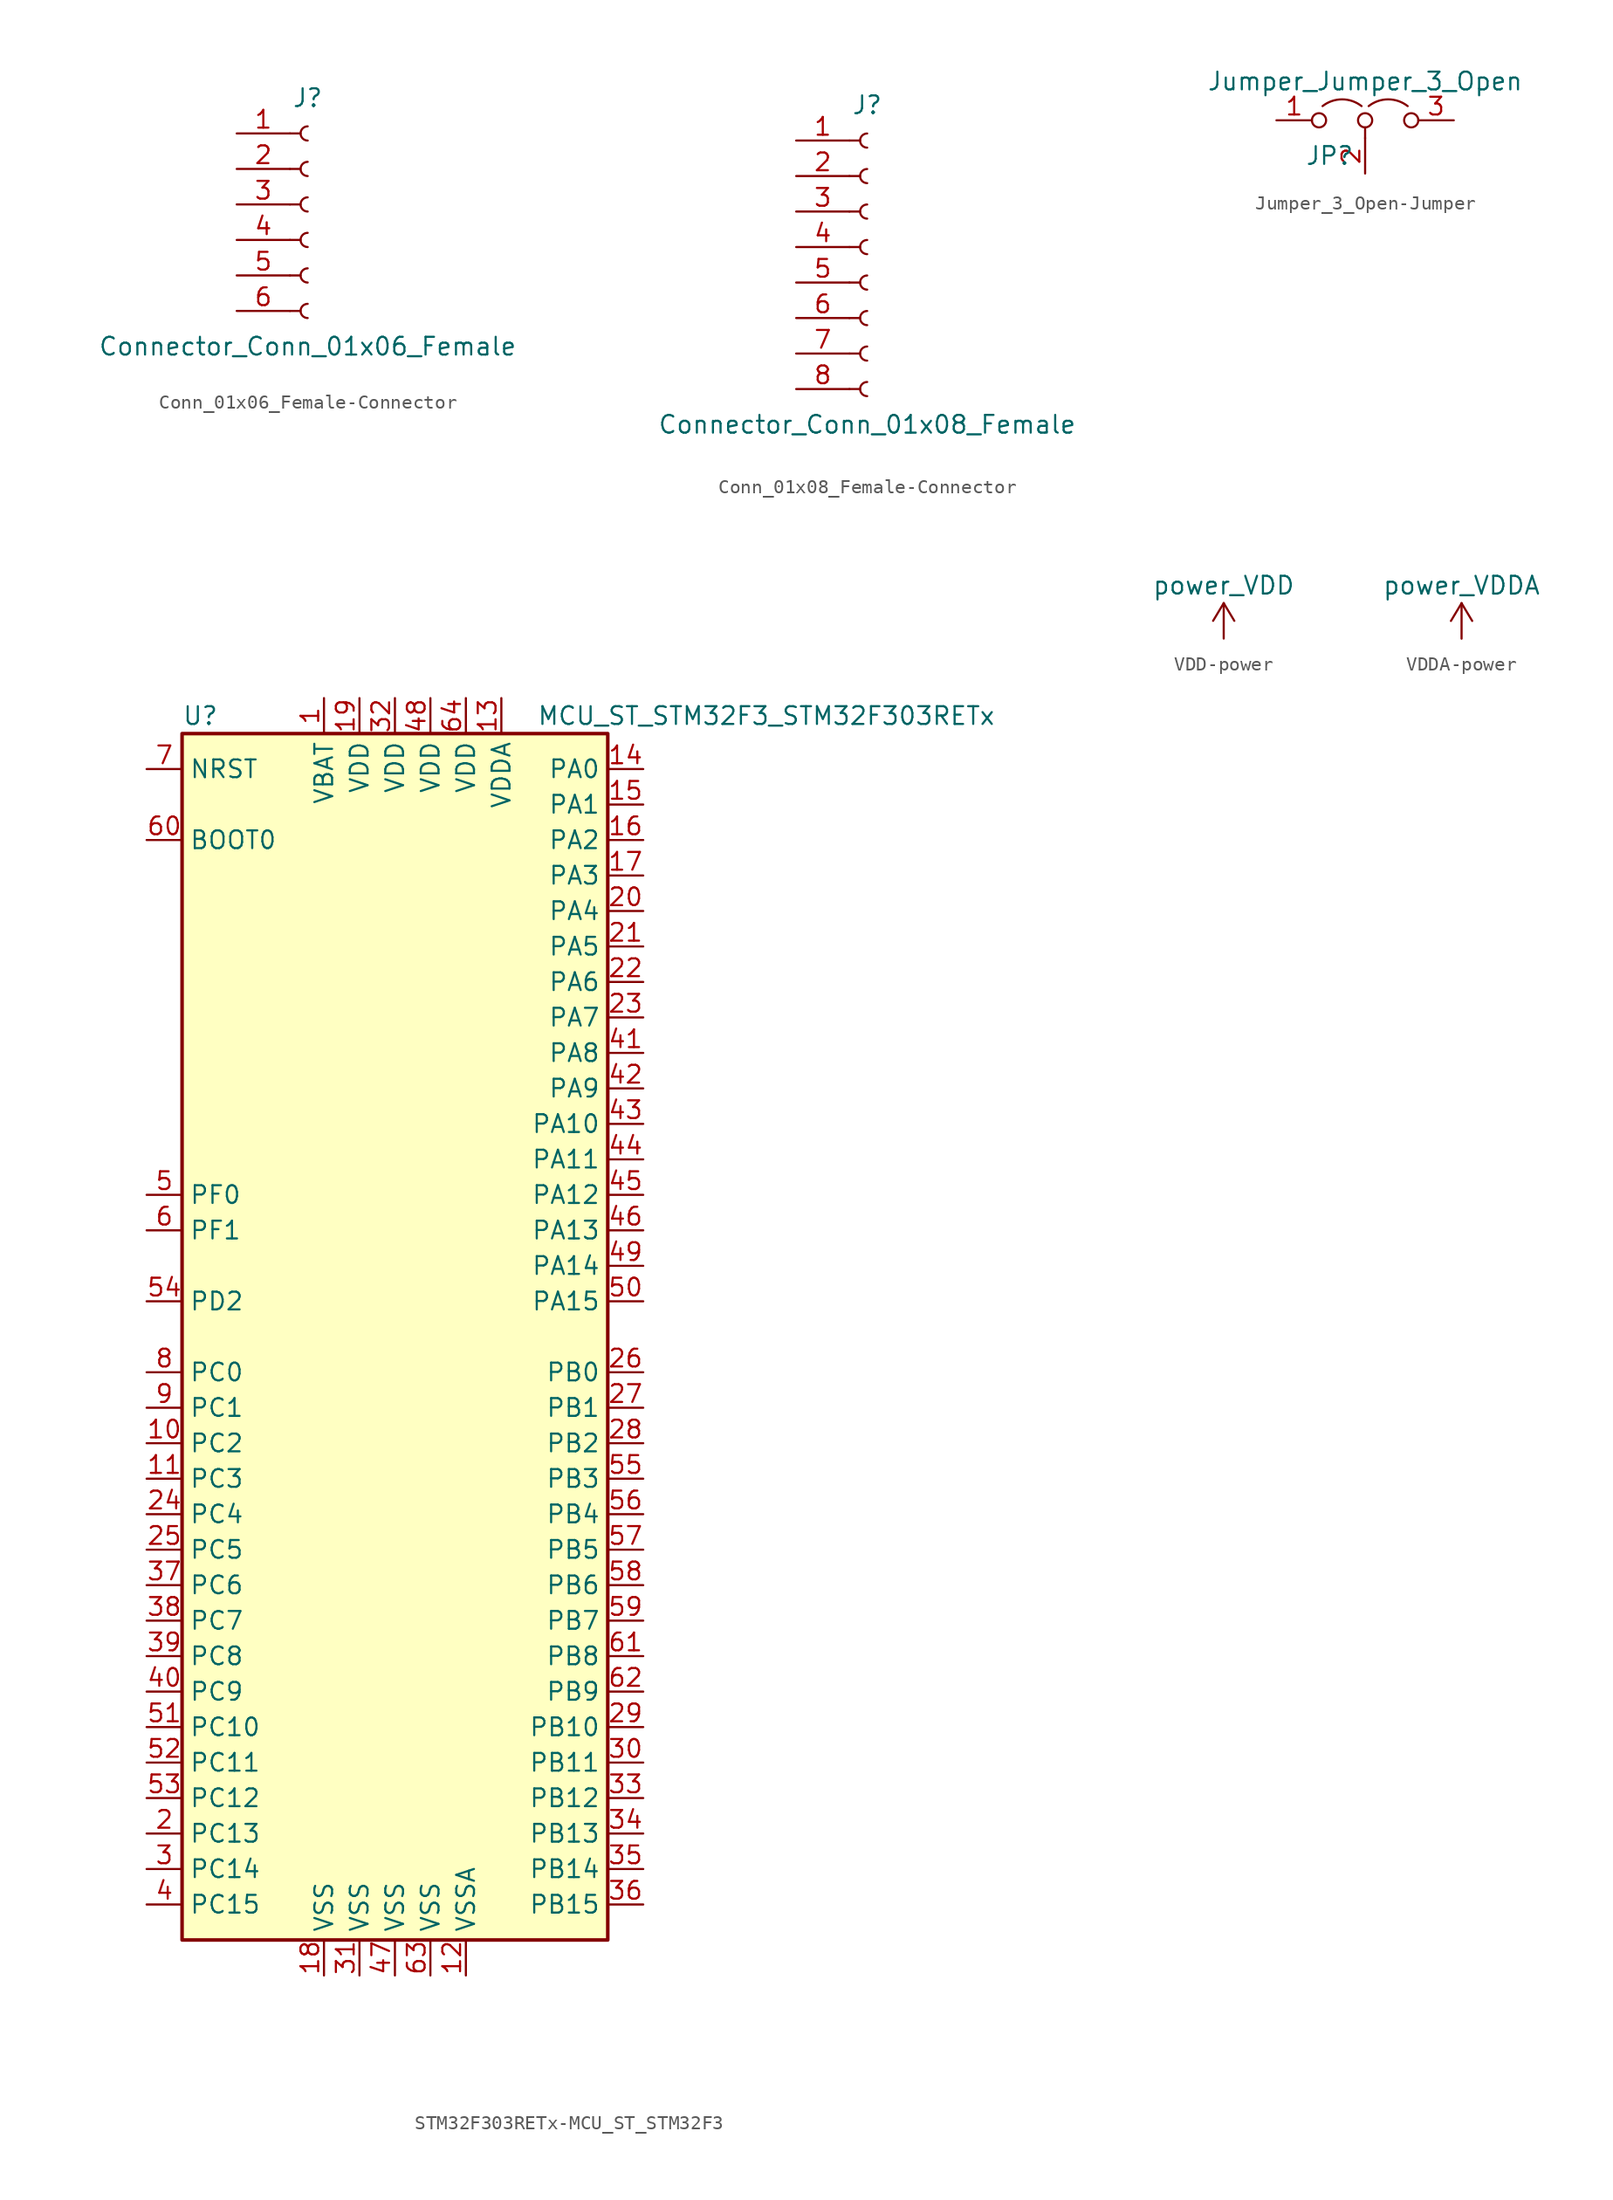
<source format=kicad_sym>
(kicad_symbol_lib
  (version 20231120)
  (generator "kicad_symbol_editor")
  (generator_version "8.0")
  (symbol "Conn_01x06_Female-Connector"
    (pin_names
      (offset 1.016) hide)
    (property "Reference" "J"
      (at 0 7.62 0)
      (effects (font (size 1.27 1.27))))
    (property "Value" "Connector_Conn_01x06_Female"
      (at 0 -10.16 0)
      (effects (font (size 1.27 1.27))))
    (symbol "Conn_01x06_Female-Connector_1_1"
      (arc (start 0 -7.112) (mid -0.508 -7.62) (end 0 -8.128) (stroke (width 0.1524) (type solid)) (fill (type none)))
      (arc (start 0 -4.572) (mid -0.508 -5.08) (end 0 -5.588) (stroke (width 0.1524) (type solid)) (fill (type none)))
      (arc (start 0 -2.032) (mid -0.508 -2.54) (end 0 -3.048) (stroke (width 0.1524) (type solid)) (fill (type none)))
      (polyline (pts (xy -1.27 -7.62) (xy -0.508 -7.62)) (stroke (width 0.152) (type solid)) (fill (type none)))
      (polyline (pts (xy -1.27 -5.08) (xy -0.508 -5.08)) (stroke (width 0.152) (type solid)) (fill (type none)))
      (polyline (pts (xy -1.27 -2.54) (xy -0.508 -2.54)) (stroke (width 0.152) (type solid)) (fill (type none)))
      (polyline (pts (xy -1.27 0) (xy -0.508 0)) (stroke (width 0.152) (type solid)) (fill (type none)))
      (polyline (pts (xy -1.27 2.54) (xy -0.508 2.54)) (stroke (width 0.152) (type solid)) (fill (type none)))
      (polyline (pts (xy -1.27 5.08) (xy -0.508 5.08)) (stroke (width 0.152) (type solid)) (fill (type none)))
      (arc (start 0 0.508) (mid -0.508 0) (end 0 -0.508) (stroke (width 0.1524) (type solid)) (fill (type none)))
      (arc (start 0 3.048) (mid -0.508 2.54) (end 0 2.032) (stroke (width 0.1524) (type solid)) (fill (type none)))
      (arc (start 0 5.588) (mid -0.508 5.08) (end 0 4.572) (stroke (width 0.1524) (type solid)) (fill (type none)))
      (pin passive line (at -5.08 5.08 0) (length 3.81) (name "Pin_1" (effects (font (size 1.27 1.27)))) (number "1" (effects (font (size 1.27 1.27)))))
      (pin passive line (at -5.08 2.54 0) (length 3.81) (name "Pin_2" (effects (font (size 1.27 1.27)))) (number "2" (effects (font (size 1.27 1.27)))))
      (pin passive line (at -5.08 0 0) (length 3.81) (name "Pin_3" (effects (font (size 1.27 1.27)))) (number "3" (effects (font (size 1.27 1.27)))))
      (pin passive line (at -5.08 -2.54 0) (length 3.81) (name "Pin_4" (effects (font (size 1.27 1.27)))) (number "4" (effects (font (size 1.27 1.27)))))
      (pin passive line (at -5.08 -5.08 0) (length 3.81) (name "Pin_5" (effects (font (size 1.27 1.27)))) (number "5" (effects (font (size 1.27 1.27)))))
      (pin passive line (at -5.08 -7.62 0) (length 3.81) (name "Pin_6" (effects (font (size 1.27 1.27)))) (number "6" (effects (font (size 1.27 1.27)))))))
  (symbol "Conn_01x08_Female-Connector"
    (pin_names
      (offset 1.016) hide)
    (property "Reference" "J"
      (at 0 10.16 0)
      (effects (font (size 1.27 1.27))))
    (property "Value" "Connector_Conn_01x08_Female"
      (at 0 -12.7 0)
      (effects (font (size 1.27 1.27))))
    (symbol "Conn_01x08_Female-Connector_1_1"
      (arc (start 0 -9.652) (mid -0.508 -10.16) (end 0 -10.668) (stroke (width 0.1524) (type solid)) (fill (type none)))
      (arc (start 0 -7.112) (mid -0.508 -7.62) (end 0 -8.128) (stroke (width 0.1524) (type solid)) (fill (type none)))
      (arc (start 0 -4.572) (mid -0.508 -5.08) (end 0 -5.588) (stroke (width 0.1524) (type solid)) (fill (type none)))
      (arc (start 0 -2.032) (mid -0.508 -2.54) (end 0 -3.048) (stroke (width 0.1524) (type solid)) (fill (type none)))
      (polyline (pts (xy -1.27 -10.16) (xy -0.508 -10.16)) (stroke (width 0.152) (type solid)) (fill (type none)))
      (polyline (pts (xy -1.27 -7.62) (xy -0.508 -7.62)) (stroke (width 0.152) (type solid)) (fill (type none)))
      (polyline (pts (xy -1.27 -5.08) (xy -0.508 -5.08)) (stroke (width 0.152) (type solid)) (fill (type none)))
      (polyline (pts (xy -1.27 -2.54) (xy -0.508 -2.54)) (stroke (width 0.152) (type solid)) (fill (type none)))
      (polyline (pts (xy -1.27 0) (xy -0.508 0)) (stroke (width 0.152) (type solid)) (fill (type none)))
      (polyline (pts (xy -1.27 2.54) (xy -0.508 2.54)) (stroke (width 0.152) (type solid)) (fill (type none)))
      (polyline (pts (xy -1.27 5.08) (xy -0.508 5.08)) (stroke (width 0.152) (type solid)) (fill (type none)))
      (polyline (pts (xy -1.27 7.62) (xy -0.508 7.62)) (stroke (width 0.152) (type solid)) (fill (type none)))
      (arc (start 0 0.508) (mid -0.508 0) (end 0 -0.508) (stroke (width 0.1524) (type solid)) (fill (type none)))
      (arc (start 0 3.048) (mid -0.508 2.54) (end 0 2.032) (stroke (width 0.1524) (type solid)) (fill (type none)))
      (arc (start 0 5.588) (mid -0.508 5.08) (end 0 4.572) (stroke (width 0.1524) (type solid)) (fill (type none)))
      (arc (start 0 8.128) (mid -0.508 7.62) (end 0 7.112) (stroke (width 0.1524) (type solid)) (fill (type none)))
      (pin passive line (at -5.08 7.62 0) (length 3.81) (name "Pin_1" (effects (font (size 1.27 1.27)))) (number "1" (effects (font (size 1.27 1.27)))))
      (pin passive line (at -5.08 5.08 0) (length 3.81) (name "Pin_2" (effects (font (size 1.27 1.27)))) (number "2" (effects (font (size 1.27 1.27)))))
      (pin passive line (at -5.08 2.54 0) (length 3.81) (name "Pin_3" (effects (font (size 1.27 1.27)))) (number "3" (effects (font (size 1.27 1.27)))))
      (pin passive line (at -5.08 0 0) (length 3.81) (name "Pin_4" (effects (font (size 1.27 1.27)))) (number "4" (effects (font (size 1.27 1.27)))))
      (pin passive line (at -5.08 -2.54 0) (length 3.81) (name "Pin_5" (effects (font (size 1.27 1.27)))) (number "5" (effects (font (size 1.27 1.27)))))
      (pin passive line (at -5.08 -5.08 0) (length 3.81) (name "Pin_6" (effects (font (size 1.27 1.27)))) (number "6" (effects (font (size 1.27 1.27)))))
      (pin passive line (at -5.08 -7.62 0) (length 3.81) (name "Pin_7" (effects (font (size 1.27 1.27)))) (number "7" (effects (font (size 1.27 1.27)))))
      (pin passive line (at -5.08 -10.16 0) (length 3.81) (name "Pin_8" (effects (font (size 1.27 1.27)))) (number "8" (effects (font (size 1.27 1.27)))))))
  (symbol "Jumper_3_Open-Jumper"
    (pin_names
      (offset 0) hide)
    (property "Reference" "JP"
      (at -2.54 -2.54 0)
      (effects (font (size 1.27 1.27))))
    (property "Value" "Jumper_Jumper_3_Open"
      (at 0 2.794 0)
      (effects (font (size 1.27 1.27))))
    (symbol "Jumper_3_Open-Jumper_0_0"
      (circle (center -3.302 0) (radius 0.508) (stroke (width 0) (type solid)) (fill (type none)))
      (circle (center 0 0) (radius 0.508) (stroke (width 0) (type solid)) (fill (type none)))
      (circle (center 3.302 0) (radius 0.508) (stroke (width 0) (type solid)) (fill (type none))))
    (symbol "Jumper_3_Open-Jumper_0_1"
      (arc (start -0.254 1.016) (mid -1.651 1.4992) (end -3.048 1.016) (stroke (width 0) (type solid)) (fill (type none)))
      (polyline (pts (xy 0 -0.508) (xy 0 -1.27)) (stroke (width 0) (type solid)) (fill (type none)))
      (arc (start 3.048 1.016) (mid 1.651 1.4992) (end 0.254 1.016) (stroke (width 0) (type solid)) (fill (type none))))
    (symbol "Jumper_3_Open-Jumper_1_1"
      (pin passive line (at -6.35 0 0) (length 2.54) (name "A" (effects (font (size 1.27 1.27)))) (number "1" (effects (font (size 1.27 1.27)))))
      (pin input line (at 0 -3.81 90) (length 2.54) (name "C" (effects (font (size 1.27 1.27)))) (number "2" (effects (font (size 1.27 1.27)))))
      (pin passive line (at 6.35 0 180) (length 2.54) (name "B" (effects (font (size 1.27 1.27)))) (number "3" (effects (font (size 1.27 1.27)))))))
  (symbol "STM32F303RETx-MCU_ST_STM32F3"
    (property "Reference" "U"
      (at -15.24 44.45 0)
      (effects (font (size 1.27 1.27)) (justify left)))
    (property "Value" "MCU_ST_STM32F3_STM32F303RETx"
      (at 10.16 44.45 0)
      (effects (font (size 1.27 1.27)) (justify left)))
    (symbol "STM32F303RETx-MCU_ST_STM32F3_0_1"
      (rectangle (start -15.24 -43.18) (end 15.24 43.18) (stroke (width 0.254) (type solid)) (fill (type background))))
    (symbol "STM32F303RETx-MCU_ST_STM32F3_1_1"
      (pin power_in line (at -5.08 45.72 270) (length 2.54) (name "VBAT" (effects (font (size 1.27 1.27)))) (number "1" (effects (font (size 1.27 1.27)))))
      (pin bidirectional line (at -17.78 -7.62 0) (length 2.54) (name "PC2" (effects (font (size 1.27 1.27)))) (number "10" (effects (font (size 1.27 1.27)))))
      (pin bidirectional line (at -17.78 -10.16 0) (length 2.54) (name "PC3" (effects (font (size 1.27 1.27)))) (number "11" (effects (font (size 1.27 1.27)))))
      (pin power_in line (at 5.08 -45.72 90) (length 2.54) (name "VSSA" (effects (font (size 1.27 1.27)))) (number "12" (effects (font (size 1.27 1.27)))))
      (pin power_in line (at 7.62 45.72 270) (length 2.54) (name "VDDA" (effects (font (size 1.27 1.27)))) (number "13" (effects (font (size 1.27 1.27)))))
      (pin bidirectional line (at 17.78 40.64 180) (length 2.54) (name "PA0" (effects (font (size 1.27 1.27)))) (number "14" (effects (font (size 1.27 1.27)))))
      (pin bidirectional line (at 17.78 38.1 180) (length 2.54) (name "PA1" (effects (font (size 1.27 1.27)))) (number "15" (effects (font (size 1.27 1.27)))))
      (pin bidirectional line (at 17.78 35.56 180) (length 2.54) (name "PA2" (effects (font (size 1.27 1.27)))) (number "16" (effects (font (size 1.27 1.27)))))
      (pin bidirectional line (at 17.78 33.02 180) (length 2.54) (name "PA3" (effects (font (size 1.27 1.27)))) (number "17" (effects (font (size 1.27 1.27)))))
      (pin power_in line (at -5.08 -45.72 90) (length 2.54) (name "VSS" (effects (font (size 1.27 1.27)))) (number "18" (effects (font (size 1.27 1.27)))))
      (pin power_in line (at -2.54 45.72 270) (length 2.54) (name "VDD" (effects (font (size 1.27 1.27)))) (number "19" (effects (font (size 1.27 1.27)))))
      (pin bidirectional line (at -17.78 -35.56 0) (length 2.54) (name "PC13" (effects (font (size 1.27 1.27)))) (number "2" (effects (font (size 1.27 1.27)))))
      (pin bidirectional line (at 17.78 30.48 180) (length 2.54) (name "PA4" (effects (font (size 1.27 1.27)))) (number "20" (effects (font (size 1.27 1.27)))))
      (pin bidirectional line (at 17.78 27.94 180) (length 2.54) (name "PA5" (effects (font (size 1.27 1.27)))) (number "21" (effects (font (size 1.27 1.27)))))
      (pin bidirectional line (at 17.78 25.4 180) (length 2.54) (name "PA6" (effects (font (size 1.27 1.27)))) (number "22" (effects (font (size 1.27 1.27)))))
      (pin bidirectional line (at 17.78 22.86 180) (length 2.54) (name "PA7" (effects (font (size 1.27 1.27)))) (number "23" (effects (font (size 1.27 1.27)))))
      (pin bidirectional line (at -17.78 -12.7 0) (length 2.54) (name "PC4" (effects (font (size 1.27 1.27)))) (number "24" (effects (font (size 1.27 1.27)))))
      (pin bidirectional line (at -17.78 -15.24 0) (length 2.54) (name "PC5" (effects (font (size 1.27 1.27)))) (number "25" (effects (font (size 1.27 1.27)))))
      (pin bidirectional line (at 17.78 -2.54 180) (length 2.54) (name "PB0" (effects (font (size 1.27 1.27)))) (number "26" (effects (font (size 1.27 1.27)))))
      (pin bidirectional line (at 17.78 -5.08 180) (length 2.54) (name "PB1" (effects (font (size 1.27 1.27)))) (number "27" (effects (font (size 1.27 1.27)))))
      (pin bidirectional line (at 17.78 -7.62 180) (length 2.54) (name "PB2" (effects (font (size 1.27 1.27)))) (number "28" (effects (font (size 1.27 1.27)))))
      (pin bidirectional line (at 17.78 -27.94 180) (length 2.54) (name "PB10" (effects (font (size 1.27 1.27)))) (number "29" (effects (font (size 1.27 1.27)))))
      (pin bidirectional line (at -17.78 -38.1 0) (length 2.54) (name "PC14" (effects (font (size 1.27 1.27)))) (number "3" (effects (font (size 1.27 1.27)))))
      (pin bidirectional line (at 17.78 -30.48 180) (length 2.54) (name "PB11" (effects (font (size 1.27 1.27)))) (number "30" (effects (font (size 1.27 1.27)))))
      (pin power_in line (at -2.54 -45.72 90) (length 2.54) (name "VSS" (effects (font (size 1.27 1.27)))) (number "31" (effects (font (size 1.27 1.27)))))
      (pin power_in line (at 0 45.72 270) (length 2.54) (name "VDD" (effects (font (size 1.27 1.27)))) (number "32" (effects (font (size 1.27 1.27)))))
      (pin bidirectional line (at 17.78 -33.02 180) (length 2.54) (name "PB12" (effects (font (size 1.27 1.27)))) (number "33" (effects (font (size 1.27 1.27)))))
      (pin bidirectional line (at 17.78 -35.56 180) (length 2.54) (name "PB13" (effects (font (size 1.27 1.27)))) (number "34" (effects (font (size 1.27 1.27)))))
      (pin bidirectional line (at 17.78 -38.1 180) (length 2.54) (name "PB14" (effects (font (size 1.27 1.27)))) (number "35" (effects (font (size 1.27 1.27)))))
      (pin bidirectional line (at 17.78 -40.64 180) (length 2.54) (name "PB15" (effects (font (size 1.27 1.27)))) (number "36" (effects (font (size 1.27 1.27)))))
      (pin bidirectional line (at -17.78 -17.78 0) (length 2.54) (name "PC6" (effects (font (size 1.27 1.27)))) (number "37" (effects (font (size 1.27 1.27)))))
      (pin bidirectional line (at -17.78 -20.32 0) (length 2.54) (name "PC7" (effects (font (size 1.27 1.27)))) (number "38" (effects (font (size 1.27 1.27)))))
      (pin bidirectional line (at -17.78 -22.86 0) (length 2.54) (name "PC8" (effects (font (size 1.27 1.27)))) (number "39" (effects (font (size 1.27 1.27)))))
      (pin bidirectional line (at -17.78 -40.64 0) (length 2.54) (name "PC15" (effects (font (size 1.27 1.27)))) (number "4" (effects (font (size 1.27 1.27)))))
      (pin bidirectional line (at -17.78 -25.4 0) (length 2.54) (name "PC9" (effects (font (size 1.27 1.27)))) (number "40" (effects (font (size 1.27 1.27)))))
      (pin bidirectional line (at 17.78 20.32 180) (length 2.54) (name "PA8" (effects (font (size 1.27 1.27)))) (number "41" (effects (font (size 1.27 1.27)))))
      (pin bidirectional line (at 17.78 17.78 180) (length 2.54) (name "PA9" (effects (font (size 1.27 1.27)))) (number "42" (effects (font (size 1.27 1.27)))))
      (pin bidirectional line (at 17.78 15.24 180) (length 2.54) (name "PA10" (effects (font (size 1.27 1.27)))) (number "43" (effects (font (size 1.27 1.27)))))
      (pin bidirectional line (at 17.78 12.7 180) (length 2.54) (name "PA11" (effects (font (size 1.27 1.27)))) (number "44" (effects (font (size 1.27 1.27)))))
      (pin bidirectional line (at 17.78 10.16 180) (length 2.54) (name "PA12" (effects (font (size 1.27 1.27)))) (number "45" (effects (font (size 1.27 1.27)))))
      (pin bidirectional line (at 17.78 7.62 180) (length 2.54) (name "PA13" (effects (font (size 1.27 1.27)))) (number "46" (effects (font (size 1.27 1.27)))))
      (pin power_in line (at 0 -45.72 90) (length 2.54) (name "VSS" (effects (font (size 1.27 1.27)))) (number "47" (effects (font (size 1.27 1.27)))))
      (pin power_in line (at 2.54 45.72 270) (length 2.54) (name "VDD" (effects (font (size 1.27 1.27)))) (number "48" (effects (font (size 1.27 1.27)))))
      (pin bidirectional line (at 17.78 5.08 180) (length 2.54) (name "PA14" (effects (font (size 1.27 1.27)))) (number "49" (effects (font (size 1.27 1.27)))))
      (pin input line (at -17.78 10.16 0) (length 2.54) (name "PF0" (effects (font (size 1.27 1.27)))) (number "5" (effects (font (size 1.27 1.27)))))
      (pin bidirectional line (at 17.78 2.54 180) (length 2.54) (name "PA15" (effects (font (size 1.27 1.27)))) (number "50" (effects (font (size 1.27 1.27)))))
      (pin bidirectional line (at -17.78 -27.94 0) (length 2.54) (name "PC10" (effects (font (size 1.27 1.27)))) (number "51" (effects (font (size 1.27 1.27)))))
      (pin bidirectional line (at -17.78 -30.48 0) (length 2.54) (name "PC11" (effects (font (size 1.27 1.27)))) (number "52" (effects (font (size 1.27 1.27)))))
      (pin bidirectional line (at -17.78 -33.02 0) (length 2.54) (name "PC12" (effects (font (size 1.27 1.27)))) (number "53" (effects (font (size 1.27 1.27)))))
      (pin bidirectional line (at -17.78 2.54 0) (length 2.54) (name "PD2" (effects (font (size 1.27 1.27)))) (number "54" (effects (font (size 1.27 1.27)))))
      (pin bidirectional line (at 17.78 -10.16 180) (length 2.54) (name "PB3" (effects (font (size 1.27 1.27)))) (number "55" (effects (font (size 1.27 1.27)))))
      (pin bidirectional line (at 17.78 -12.7 180) (length 2.54) (name "PB4" (effects (font (size 1.27 1.27)))) (number "56" (effects (font (size 1.27 1.27)))))
      (pin bidirectional line (at 17.78 -15.24 180) (length 2.54) (name "PB5" (effects (font (size 1.27 1.27)))) (number "57" (effects (font (size 1.27 1.27)))))
      (pin bidirectional line (at 17.78 -17.78 180) (length 2.54) (name "PB6" (effects (font (size 1.27 1.27)))) (number "58" (effects (font (size 1.27 1.27)))))
      (pin bidirectional line (at 17.78 -20.32 180) (length 2.54) (name "PB7" (effects (font (size 1.27 1.27)))) (number "59" (effects (font (size 1.27 1.27)))))
      (pin input line (at -17.78 7.62 0) (length 2.54) (name "PF1" (effects (font (size 1.27 1.27)))) (number "6" (effects (font (size 1.27 1.27)))))
      (pin input line (at -17.78 35.56 0) (length 2.54) (name "BOOT0" (effects (font (size 1.27 1.27)))) (number "60" (effects (font (size 1.27 1.27)))))
      (pin bidirectional line (at 17.78 -22.86 180) (length 2.54) (name "PB8" (effects (font (size 1.27 1.27)))) (number "61" (effects (font (size 1.27 1.27)))))
      (pin bidirectional line (at 17.78 -25.4 180) (length 2.54) (name "PB9" (effects (font (size 1.27 1.27)))) (number "62" (effects (font (size 1.27 1.27)))))
      (pin power_in line (at 2.54 -45.72 90) (length 2.54) (name "VSS" (effects (font (size 1.27 1.27)))) (number "63" (effects (font (size 1.27 1.27)))))
      (pin power_in line (at 5.08 45.72 270) (length 2.54) (name "VDD" (effects (font (size 1.27 1.27)))) (number "64" (effects (font (size 1.27 1.27)))))
      (pin input line (at -17.78 40.64 0) (length 2.54) (name "NRST" (effects (font (size 1.27 1.27)))) (number "7" (effects (font (size 1.27 1.27)))))
      (pin bidirectional line (at -17.78 -2.54 0) (length 2.54) (name "PC0" (effects (font (size 1.27 1.27)))) (number "8" (effects (font (size 1.27 1.27)))))
      (pin bidirectional line (at -17.78 -5.08 0) (length 2.54) (name "PC1" (effects (font (size 1.27 1.27)))) (number "9" (effects (font (size 1.27 1.27)))))))
  (symbol "VDD-power"
    (power)
    (pin_names
      (offset 0))
    (property "Reference" "#PWR"
      (at 0 -3.81 0)
      (effects (font (size 1.27 1.27)) (hide yes)))
    (property "Value" "power_VDD"
      (at 0 3.81 0)
      (effects (font (size 1.27 1.27))))
    (symbol "VDD-power_0_1"
      (polyline (pts (xy -0.762 1.27) (xy 0 2.54)) (stroke (width 0) (type solid)) (fill (type none)))
      (polyline (pts (xy 0 0) (xy 0 2.54)) (stroke (width 0) (type solid)) (fill (type none)))
      (polyline (pts (xy 0 2.54) (xy 0.762 1.27)) (stroke (width 0) (type solid)) (fill (type none))))
    (symbol "VDD-power_1_1"
      (pin power_in line (at 0 0 90) (length 0) hide (name "VDD" (effects (font (size 1.27 1.27)))) (number "1" (effects (font (size 1.27 1.27)))))))
  (symbol "VDDA-power"
    (power)
    (pin_names
      (offset 0))
    (property "Reference" "#PWR"
      (at 0 -3.81 0)
      (effects (font (size 1.27 1.27)) (hide yes)))
    (property "Value" "power_VDDA"
      (at 0 3.81 0)
      (effects (font (size 1.27 1.27))))
    (symbol "VDDA-power_0_1"
      (polyline (pts (xy -0.762 1.27) (xy 0 2.54)) (stroke (width 0) (type solid)) (fill (type none)))
      (polyline (pts (xy 0 0) (xy 0 2.54)) (stroke (width 0) (type solid)) (fill (type none)))
      (polyline (pts (xy 0 2.54) (xy 0.762 1.27)) (stroke (width 0) (type solid)) (fill (type none))))
    (symbol "VDDA-power_1_1"
      (pin power_in line (at 0 0 90) (length 0) hide (name "VDDA" (effects (font (size 1.27 1.27)))) (number "1" (effects (font (size 1.27 1.27))))))))
</source>
